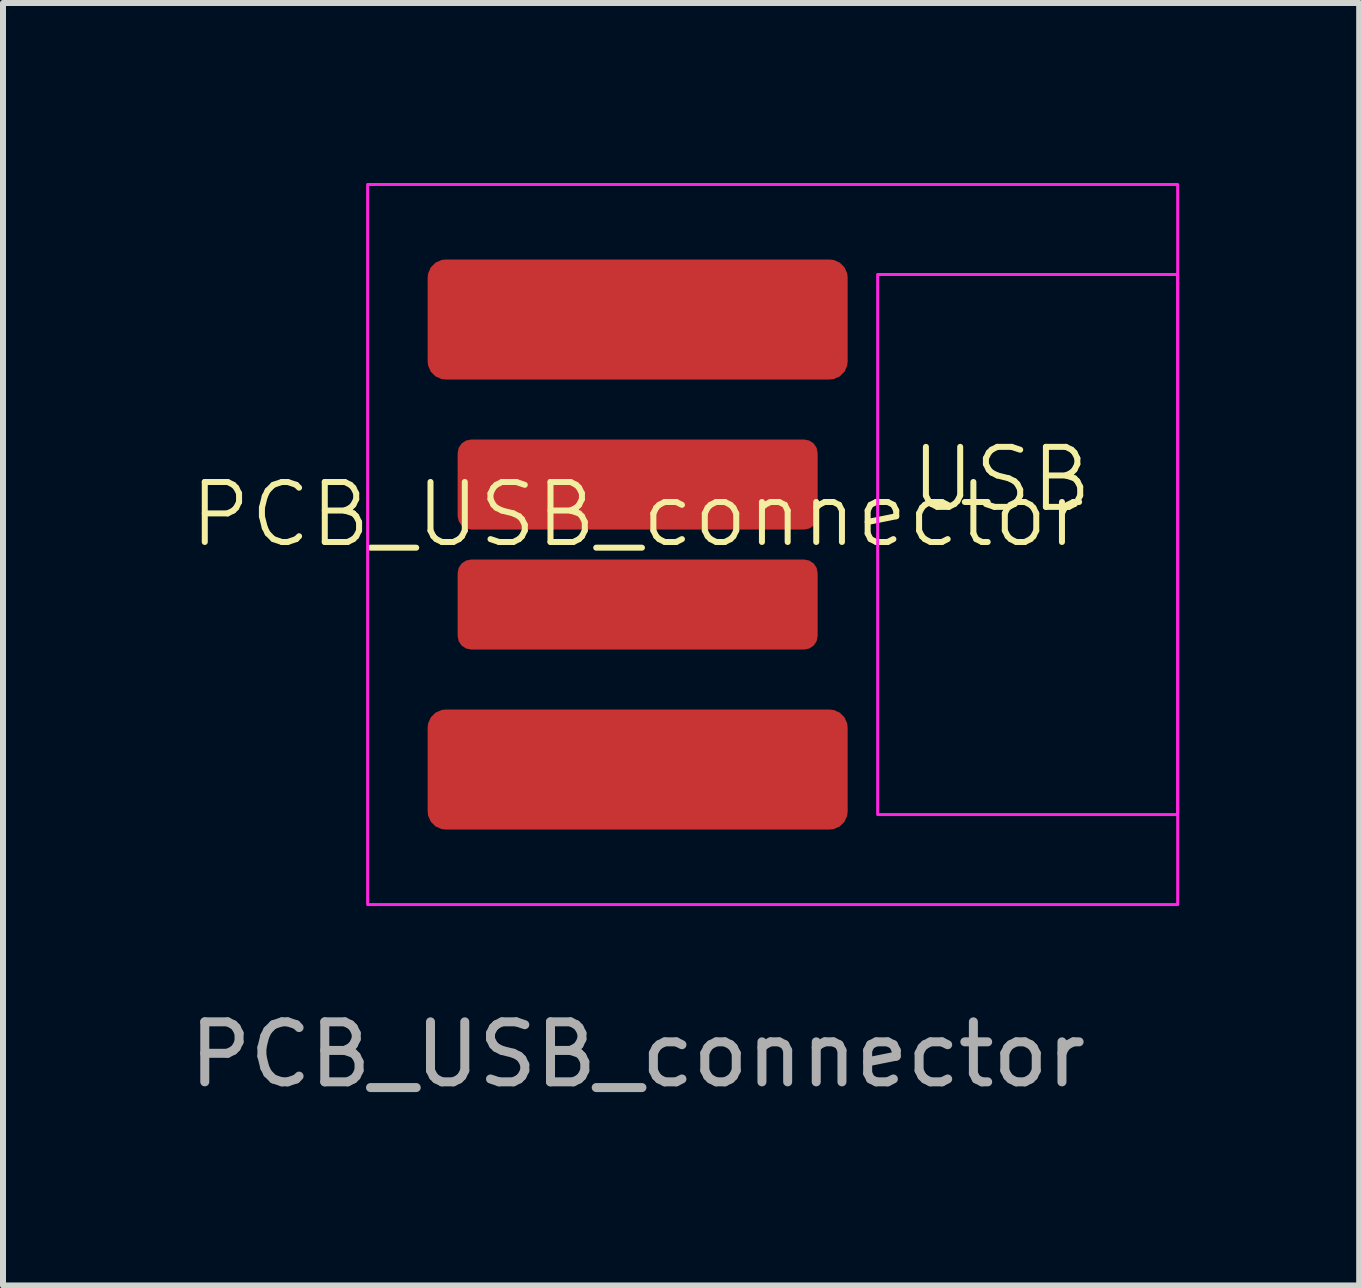
<source format=kicad_pcb>
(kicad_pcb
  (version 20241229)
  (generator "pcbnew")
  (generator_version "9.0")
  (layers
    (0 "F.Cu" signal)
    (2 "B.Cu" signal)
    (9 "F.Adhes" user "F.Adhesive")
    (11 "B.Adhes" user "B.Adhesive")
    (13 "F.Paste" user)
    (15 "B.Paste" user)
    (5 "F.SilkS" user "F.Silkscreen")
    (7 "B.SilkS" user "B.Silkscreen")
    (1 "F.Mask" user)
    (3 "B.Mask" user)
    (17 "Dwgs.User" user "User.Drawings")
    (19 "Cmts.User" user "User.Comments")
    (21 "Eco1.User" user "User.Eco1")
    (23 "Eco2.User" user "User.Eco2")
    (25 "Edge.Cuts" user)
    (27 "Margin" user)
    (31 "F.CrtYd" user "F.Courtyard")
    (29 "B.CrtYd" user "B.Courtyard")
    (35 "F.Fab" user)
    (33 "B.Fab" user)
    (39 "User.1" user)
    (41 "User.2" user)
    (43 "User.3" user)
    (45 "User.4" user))
  (footprint "PCB_USB_connector"
    (layer "F.Cu")
    (at 7.577 6.025)
    (property "Reference" "PCB_USB_connector" (at 0 -0.5 0) (unlocked yes) (layer "F.SilkS") (effects (font (size 1 1) (thickness 0.1))))
    (attr smd)
    (fp_rect (start -4.5 -6) (end 9 6) (stroke (width 0.05) (type default)) (fill no) (layer "F.CrtYd"))
    (fp_rect (start 4 -4.5) (end 9 4.5) (stroke (width 0.05) (type default)) (fill no) (layer "F.CrtYd"))
    (fp_text user "USB" (at 4.5 -0.5 0) (unlocked yes) (layer "F.SilkS") (effects (font (size 1 1) (thickness 0.1)) (justify left bottom)))
    (fp_text user "${REFERENCE}" (at 0 8.5 0) (unlocked yes) (layer "F.Fab") (effects (font (size 1 1) (thickness 0.15))))
    (pad "1" smd roundrect (at 0 -3.75) (size 7 2) (layers "F.Cu" "F.Mask" "F.Paste") (roundrect_rratio 0.15))
    (pad "2" smd roundrect (at 0 -1) (size 6 1.5) (layers "F.Cu" "F.Mask" "F.Paste") (roundrect_rratio 0.15))
    (pad "3" smd roundrect (at 0 1) (size 6 1.5) (layers "F.Cu" "F.Mask" "F.Paste") (roundrect_rratio 0.15))
    (pad "4" smd roundrect (at 0 3.75) (size 7 2) (layers "F.Cu" "F.Mask" "F.Paste") (roundrect_rratio 0.15)))
  (gr_rect
    (start -3 -3)
    (end 19.602 18.373)
    (stroke (width 0.1) (type default))
    (fill no)
    (layer "Edge.Cuts")))
</source>
